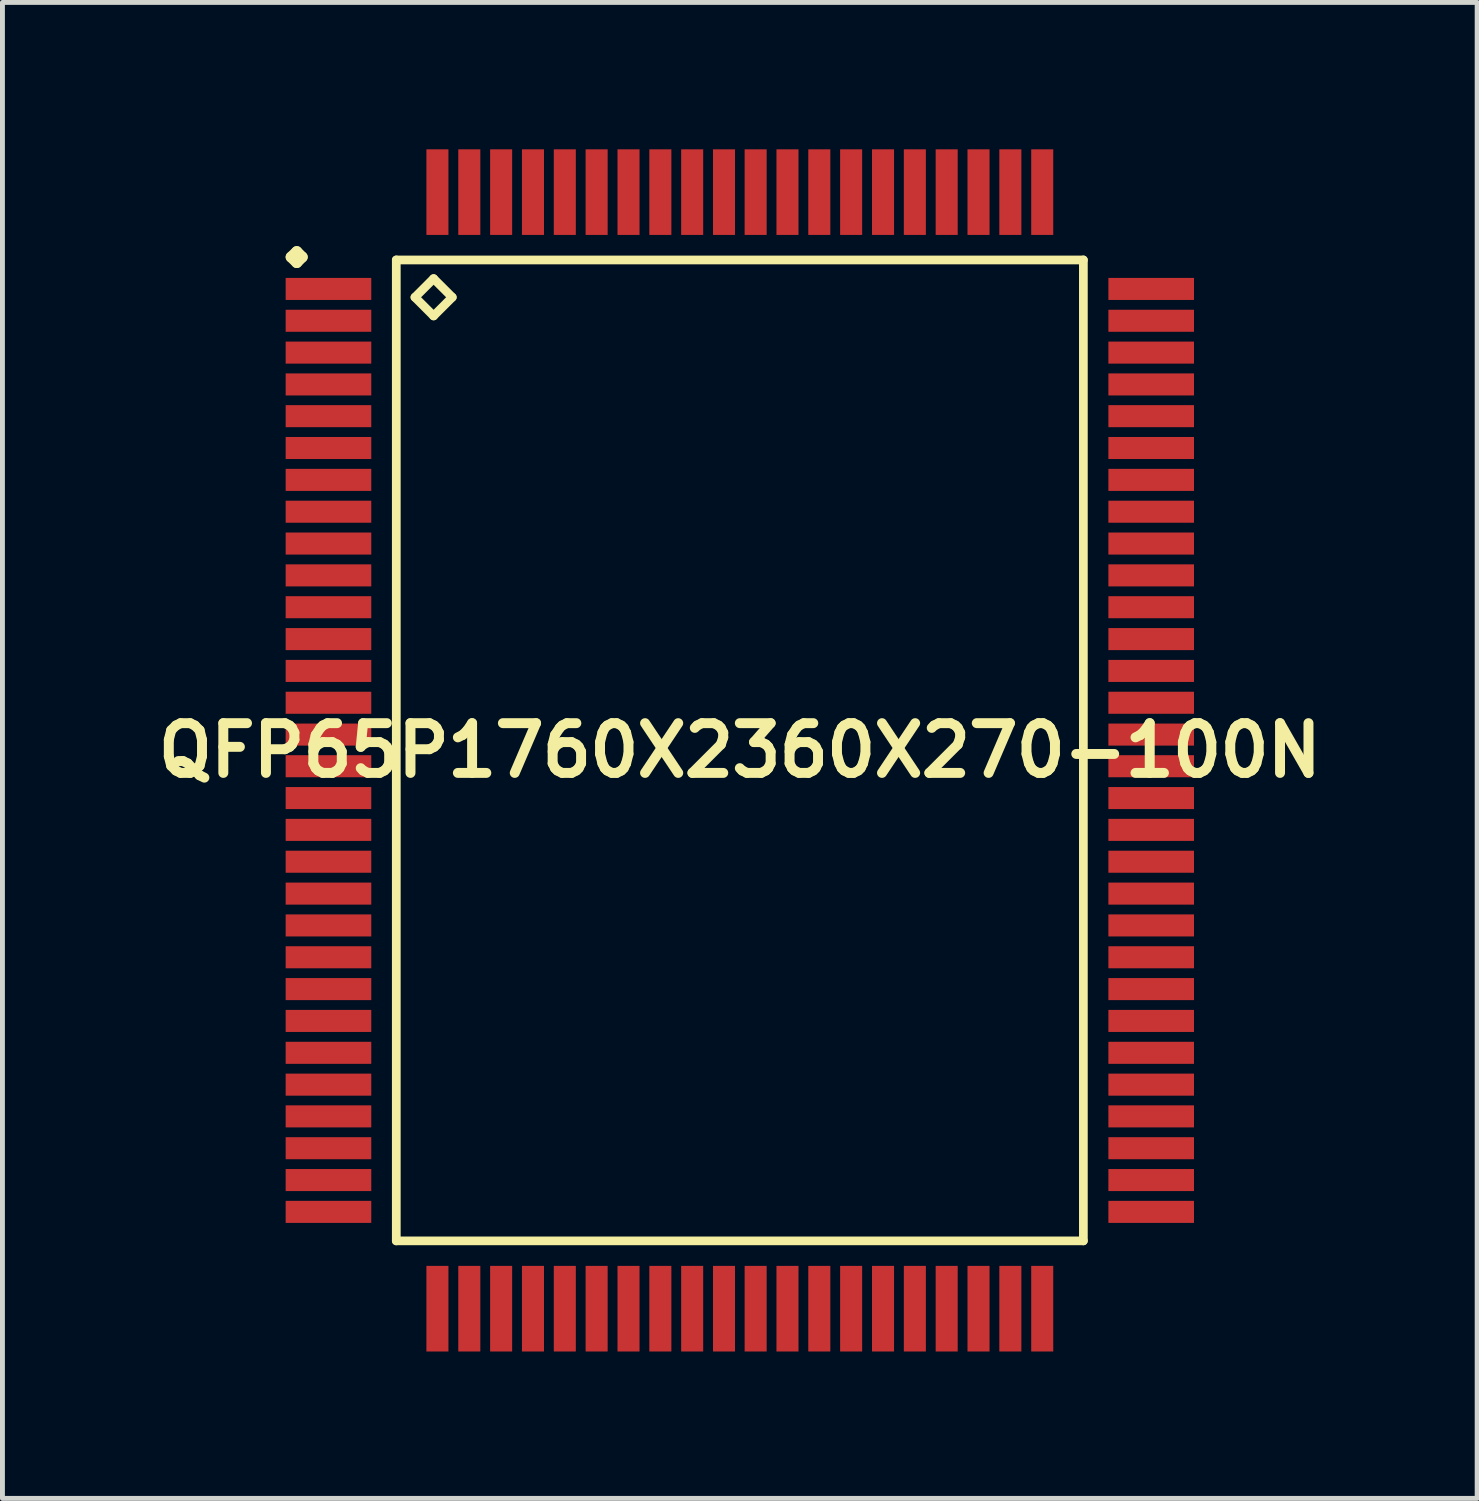
<source format=kicad_pcb>
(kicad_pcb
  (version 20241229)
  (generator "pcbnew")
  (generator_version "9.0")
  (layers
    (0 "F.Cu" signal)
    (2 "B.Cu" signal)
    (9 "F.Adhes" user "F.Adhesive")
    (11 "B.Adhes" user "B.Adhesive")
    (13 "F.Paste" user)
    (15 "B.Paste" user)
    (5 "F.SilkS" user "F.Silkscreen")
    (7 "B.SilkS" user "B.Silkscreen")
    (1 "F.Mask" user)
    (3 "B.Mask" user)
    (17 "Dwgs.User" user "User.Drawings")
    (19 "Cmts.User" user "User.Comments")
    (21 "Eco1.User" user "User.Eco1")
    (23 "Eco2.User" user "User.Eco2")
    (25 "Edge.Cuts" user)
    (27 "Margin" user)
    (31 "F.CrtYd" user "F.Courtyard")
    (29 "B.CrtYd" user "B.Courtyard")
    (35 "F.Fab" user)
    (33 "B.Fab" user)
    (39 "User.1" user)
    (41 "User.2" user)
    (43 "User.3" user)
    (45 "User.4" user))
  (footprint "QFP65P1760X2360X270-100N"
    (layer "F.Cu")
    (at 12.057 12.273)
    (property "Reference" "QFP65P1760X2360X270-100N" (at 0 0 0) (layer "F.SilkS") (effects (font (size 1.016 1.016) (thickness 0.203))))
    (attr smd)
    (fp_line (start -9.162 -10.074) (end -9.047 -10.185) (stroke (width 0.224) (type solid)) (layer "F.SilkS"))
    (fp_line (start -9.047 -10.185) (end -8.936 -10.074) (stroke (width 0.224) (type solid)) (layer "F.SilkS"))
    (fp_line (start -9.047 -9.962) (end -9.162 -10.074) (stroke (width 0.224) (type solid)) (layer "F.SilkS"))
    (fp_line (start -8.936 -10.074) (end -9.047 -9.962) (stroke (width 0.224) (type solid)) (layer "F.SilkS"))
    (fp_line (start -7.015 -10.015) (end -7.015 10.015) (stroke (width 0.178) (type solid)) (layer "F.SilkS"))
    (fp_line (start -7.015 10.015) (end 7.015 10.015) (stroke (width 0.178) (type solid)) (layer "F.SilkS"))
    (fp_line (start -6.634 -9.253) (end -6.253 -9.634) (stroke (width 0.178) (type solid)) (layer "F.SilkS"))
    (fp_line (start -6.253 -9.634) (end -5.872 -9.253) (stroke (width 0.178) (type solid)) (layer "F.SilkS"))
    (fp_line (start -6.253 -8.872) (end -6.634 -9.253) (stroke (width 0.178) (type solid)) (layer "F.SilkS"))
    (fp_line (start -5.872 -9.253) (end -6.253 -8.872) (stroke (width 0.178) (type solid)) (layer "F.SilkS"))
    (fp_line (start 7.015 -10.015) (end -7.015 -10.015) (stroke (width 0.178) (type solid)) (layer "F.SilkS"))
    (fp_line (start 7.015 10.015) (end 7.015 -10.015) (stroke (width 0.178) (type solid)) (layer "F.SilkS"))
    (pad "1" smd rect (at -8.4 -9.423) (size 1.748 0.45) (layers "F.Cu" "F.Mask" "F.Paste"))
    (pad "2" smd rect (at -8.4 -8.773) (size 1.748 0.45) (layers "F.Cu" "F.Mask" "F.Paste"))
    (pad "3" smd rect (at -8.4 -8.123) (size 1.748 0.45) (layers "F.Cu" "F.Mask" "F.Paste"))
    (pad "4" smd rect (at -8.4 -7.473) (size 1.748 0.45) (layers "F.Cu" "F.Mask" "F.Paste"))
    (pad "5" smd rect (at -8.4 -6.825) (size 1.748 0.45) (layers "F.Cu" "F.Mask" "F.Paste"))
    (pad "6" smd rect (at -8.4 -6.175) (size 1.748 0.45) (layers "F.Cu" "F.Mask" "F.Paste"))
    (pad "7" smd rect (at -8.4 -5.524) (size 1.748 0.45) (layers "F.Cu" "F.Mask" "F.Paste"))
    (pad "8" smd rect (at -8.4 -4.874) (size 1.748 0.45) (layers "F.Cu" "F.Mask" "F.Paste"))
    (pad "9" smd rect (at -8.4 -4.224) (size 1.748 0.45) (layers "F.Cu" "F.Mask" "F.Paste"))
    (pad "10" smd rect (at -8.4 -3.574) (size 1.748 0.45) (layers "F.Cu" "F.Mask" "F.Paste"))
    (pad "11" smd rect (at -8.4 -2.924) (size 1.748 0.45) (layers "F.Cu" "F.Mask" "F.Paste"))
    (pad "12" smd rect (at -8.4 -2.273) (size 1.748 0.45) (layers "F.Cu" "F.Mask" "F.Paste"))
    (pad "13" smd rect (at -8.4 -1.623) (size 1.748 0.45) (layers "F.Cu" "F.Mask" "F.Paste"))
    (pad "14" smd rect (at -8.4 -0.973) (size 1.748 0.45) (layers "F.Cu" "F.Mask" "F.Paste"))
    (pad "15" smd rect (at -8.4 -0.323) (size 1.748 0.45) (layers "F.Cu" "F.Mask" "F.Paste"))
    (pad "16" smd rect (at -8.4 0.323) (size 1.748 0.45) (layers "F.Cu" "F.Mask" "F.Paste"))
    (pad "17" smd rect (at -8.4 0.973) (size 1.748 0.45) (layers "F.Cu" "F.Mask" "F.Paste"))
    (pad "18" smd rect (at -8.4 1.623) (size 1.748 0.45) (layers "F.Cu" "F.Mask" "F.Paste"))
    (pad "19" smd rect (at -8.4 2.273) (size 1.748 0.45) (layers "F.Cu" "F.Mask" "F.Paste"))
    (pad "20" smd rect (at -8.4 2.924) (size 1.748 0.45) (layers "F.Cu" "F.Mask" "F.Paste"))
    (pad "21" smd rect (at -8.4 3.574) (size 1.748 0.45) (layers "F.Cu" "F.Mask" "F.Paste"))
    (pad "22" smd rect (at -8.4 4.224) (size 1.748 0.45) (layers "F.Cu" "F.Mask" "F.Paste"))
    (pad "23" smd rect (at -8.4 4.874) (size 1.748 0.45) (layers "F.Cu" "F.Mask" "F.Paste"))
    (pad "24" smd rect (at -8.4 5.524) (size 1.748 0.45) (layers "F.Cu" "F.Mask" "F.Paste"))
    (pad "25" smd rect (at -8.4 6.175) (size 1.748 0.45) (layers "F.Cu" "F.Mask" "F.Paste"))
    (pad "26" smd rect (at -8.4 6.825) (size 1.748 0.45) (layers "F.Cu" "F.Mask" "F.Paste"))
    (pad "27" smd rect (at -8.4 7.473) (size 1.748 0.45) (layers "F.Cu" "F.Mask" "F.Paste"))
    (pad "28" smd rect (at -8.4 8.123) (size 1.748 0.45) (layers "F.Cu" "F.Mask" "F.Paste"))
    (pad "29" smd rect (at -8.4 8.773) (size 1.748 0.45) (layers "F.Cu" "F.Mask" "F.Paste"))
    (pad "30" smd rect (at -8.4 9.423) (size 1.748 0.45) (layers "F.Cu" "F.Mask" "F.Paste"))
    (pad "31" smd rect (at -6.175 11.4) (size 0.45 1.748) (layers "F.Cu" "F.Mask" "F.Paste"))
    (pad "32" smd rect (at -5.524 11.4) (size 0.45 1.748) (layers "F.Cu" "F.Mask" "F.Paste"))
    (pad "33" smd rect (at -4.874 11.4) (size 0.45 1.748) (layers "F.Cu" "F.Mask" "F.Paste"))
    (pad "34" smd rect (at -4.224 11.4) (size 0.45 1.748) (layers "F.Cu" "F.Mask" "F.Paste"))
    (pad "35" smd rect (at -3.574 11.4) (size 0.45 1.748) (layers "F.Cu" "F.Mask" "F.Paste"))
    (pad "36" smd rect (at -2.924 11.4) (size 0.45 1.748) (layers "F.Cu" "F.Mask" "F.Paste"))
    (pad "37" smd rect (at -2.273 11.4) (size 0.45 1.748) (layers "F.Cu" "F.Mask" "F.Paste"))
    (pad "38" smd rect (at -1.623 11.4) (size 0.45 1.748) (layers "F.Cu" "F.Mask" "F.Paste"))
    (pad "39" smd rect (at -0.973 11.4) (size 0.45 1.748) (layers "F.Cu" "F.Mask" "F.Paste"))
    (pad "40" smd rect (at -0.323 11.4) (size 0.45 1.748) (layers "F.Cu" "F.Mask" "F.Paste"))
    (pad "41" smd rect (at 0.323 11.4) (size 0.45 1.748) (layers "F.Cu" "F.Mask" "F.Paste"))
    (pad "42" smd rect (at 0.973 11.4) (size 0.45 1.748) (layers "F.Cu" "F.Mask" "F.Paste"))
    (pad "43" smd rect (at 1.623 11.4) (size 0.45 1.748) (layers "F.Cu" "F.Mask" "F.Paste"))
    (pad "44" smd rect (at 2.273 11.4) (size 0.45 1.748) (layers "F.Cu" "F.Mask" "F.Paste"))
    (pad "45" smd rect (at 2.924 11.4) (size 0.45 1.748) (layers "F.Cu" "F.Mask" "F.Paste"))
    (pad "46" smd rect (at 3.574 11.4) (size 0.45 1.748) (layers "F.Cu" "F.Mask" "F.Paste"))
    (pad "47" smd rect (at 4.224 11.4) (size 0.45 1.748) (layers "F.Cu" "F.Mask" "F.Paste"))
    (pad "48" smd rect (at 4.874 11.4) (size 0.45 1.748) (layers "F.Cu" "F.Mask" "F.Paste"))
    (pad "49" smd rect (at 5.524 11.4) (size 0.45 1.748) (layers "F.Cu" "F.Mask" "F.Paste"))
    (pad "50" smd rect (at 6.175 11.4) (size 0.45 1.748) (layers "F.Cu" "F.Mask" "F.Paste"))
    (pad "51" smd rect (at 8.4 9.423) (size 1.748 0.45) (layers "F.Cu" "F.Mask" "F.Paste"))
    (pad "52" smd rect (at 8.4 8.773) (size 1.748 0.45) (layers "F.Cu" "F.Mask" "F.Paste"))
    (pad "53" smd rect (at 8.4 8.123) (size 1.748 0.45) (layers "F.Cu" "F.Mask" "F.Paste"))
    (pad "54" smd rect (at 8.4 7.473) (size 1.748 0.45) (layers "F.Cu" "F.Mask" "F.Paste"))
    (pad "55" smd rect (at 8.4 6.825) (size 1.748 0.45) (layers "F.Cu" "F.Mask" "F.Paste"))
    (pad "56" smd rect (at 8.4 6.175) (size 1.748 0.45) (layers "F.Cu" "F.Mask" "F.Paste"))
    (pad "57" smd rect (at 8.4 5.524) (size 1.748 0.45) (layers "F.Cu" "F.Mask" "F.Paste"))
    (pad "58" smd rect (at 8.4 4.874) (size 1.748 0.45) (layers "F.Cu" "F.Mask" "F.Paste"))
    (pad "59" smd rect (at 8.4 4.224) (size 1.748 0.45) (layers "F.Cu" "F.Mask" "F.Paste"))
    (pad "60" smd rect (at 8.4 3.574) (size 1.748 0.45) (layers "F.Cu" "F.Mask" "F.Paste"))
    (pad "61" smd rect (at 8.4 2.924) (size 1.748 0.45) (layers "F.Cu" "F.Mask" "F.Paste"))
    (pad "62" smd rect (at 8.4 2.273) (size 1.748 0.45) (layers "F.Cu" "F.Mask" "F.Paste"))
    (pad "63" smd rect (at 8.4 1.623) (size 1.748 0.45) (layers "F.Cu" "F.Mask" "F.Paste"))
    (pad "64" smd rect (at 8.4 0.973) (size 1.748 0.45) (layers "F.Cu" "F.Mask" "F.Paste"))
    (pad "65" smd rect (at 8.4 0.323) (size 1.748 0.45) (layers "F.Cu" "F.Mask" "F.Paste"))
    (pad "66" smd rect (at 8.4 -0.323) (size 1.748 0.45) (layers "F.Cu" "F.Mask" "F.Paste"))
    (pad "67" smd rect (at 8.4 -0.973) (size 1.748 0.45) (layers "F.Cu" "F.Mask" "F.Paste"))
    (pad "68" smd rect (at 8.4 -1.623) (size 1.748 0.45) (layers "F.Cu" "F.Mask" "F.Paste"))
    (pad "69" smd rect (at 8.4 -2.273) (size 1.748 0.45) (layers "F.Cu" "F.Mask" "F.Paste"))
    (pad "70" smd rect (at 8.4 -2.924) (size 1.748 0.45) (layers "F.Cu" "F.Mask" "F.Paste"))
    (pad "71" smd rect (at 8.4 -3.574) (size 1.748 0.45) (layers "F.Cu" "F.Mask" "F.Paste"))
    (pad "72" smd rect (at 8.4 -4.224) (size 1.748 0.45) (layers "F.Cu" "F.Mask" "F.Paste"))
    (pad "73" smd rect (at 8.4 -4.874) (size 1.748 0.45) (layers "F.Cu" "F.Mask" "F.Paste"))
    (pad "74" smd rect (at 8.4 -5.524) (size 1.748 0.45) (layers "F.Cu" "F.Mask" "F.Paste"))
    (pad "75" smd rect (at 8.4 -6.175) (size 1.748 0.45) (layers "F.Cu" "F.Mask" "F.Paste"))
    (pad "76" smd rect (at 8.4 -6.825) (size 1.748 0.45) (layers "F.Cu" "F.Mask" "F.Paste"))
    (pad "77" smd rect (at 8.4 -7.473) (size 1.748 0.45) (layers "F.Cu" "F.Mask" "F.Paste"))
    (pad "78" smd rect (at 8.4 -8.123) (size 1.748 0.45) (layers "F.Cu" "F.Mask" "F.Paste"))
    (pad "79" smd rect (at 8.4 -8.773) (size 1.748 0.45) (layers "F.Cu" "F.Mask" "F.Paste"))
    (pad "80" smd rect (at 8.4 -9.423) (size 1.748 0.45) (layers "F.Cu" "F.Mask" "F.Paste"))
    (pad "81" smd rect (at 6.175 -11.4) (size 0.45 1.748) (layers "F.Cu" "F.Mask" "F.Paste"))
    (pad "82" smd rect (at 5.524 -11.4) (size 0.45 1.748) (layers "F.Cu" "F.Mask" "F.Paste"))
    (pad "83" smd rect (at 4.874 -11.4) (size 0.45 1.748) (layers "F.Cu" "F.Mask" "F.Paste"))
    (pad "84" smd rect (at 4.224 -11.4) (size 0.45 1.748) (layers "F.Cu" "F.Mask" "F.Paste"))
    (pad "85" smd rect (at 3.574 -11.4) (size 0.45 1.748) (layers "F.Cu" "F.Mask" "F.Paste"))
    (pad "86" smd rect (at 2.924 -11.4) (size 0.45 1.748) (layers "F.Cu" "F.Mask" "F.Paste"))
    (pad "87" smd rect (at 2.273 -11.4) (size 0.45 1.748) (layers "F.Cu" "F.Mask" "F.Paste"))
    (pad "88" smd rect (at 1.623 -11.4) (size 0.45 1.748) (layers "F.Cu" "F.Mask" "F.Paste"))
    (pad "89" smd rect (at 0.973 -11.4) (size 0.45 1.748) (layers "F.Cu" "F.Mask" "F.Paste"))
    (pad "90" smd rect (at 0.323 -11.4) (size 0.45 1.748) (layers "F.Cu" "F.Mask" "F.Paste"))
    (pad "91" smd rect (at -0.323 -11.4) (size 0.45 1.748) (layers "F.Cu" "F.Mask" "F.Paste"))
    (pad "92" smd rect (at -0.973 -11.4) (size 0.45 1.748) (layers "F.Cu" "F.Mask" "F.Paste"))
    (pad "93" smd rect (at -1.623 -11.4) (size 0.45 1.748) (layers "F.Cu" "F.Mask" "F.Paste"))
    (pad "94" smd rect (at -2.273 -11.4) (size 0.45 1.748) (layers "F.Cu" "F.Mask" "F.Paste"))
    (pad "95" smd rect (at -2.924 -11.4) (size 0.45 1.748) (layers "F.Cu" "F.Mask" "F.Paste"))
    (pad "96" smd rect (at -3.574 -11.4) (size 0.45 1.748) (layers "F.Cu" "F.Mask" "F.Paste"))
    (pad "97" smd rect (at -4.224 -11.4) (size 0.45 1.748) (layers "F.Cu" "F.Mask" "F.Paste"))
    (pad "98" smd rect (at -4.874 -11.4) (size 0.45 1.748) (layers "F.Cu" "F.Mask" "F.Paste"))
    (pad "99" smd rect (at -5.524 -11.4) (size 0.45 1.748) (layers "F.Cu" "F.Mask" "F.Paste"))
    (pad "100" smd rect (at -6.175 -11.4) (size 0.45 1.748) (layers "F.Cu" "F.Mask" "F.Paste")))
  (gr_rect
    (start -3 -3)
    (end 27.113 27.547)
    (stroke (width 0.1) (type default))
    (fill no)
    (layer "Edge.Cuts")))
</source>
